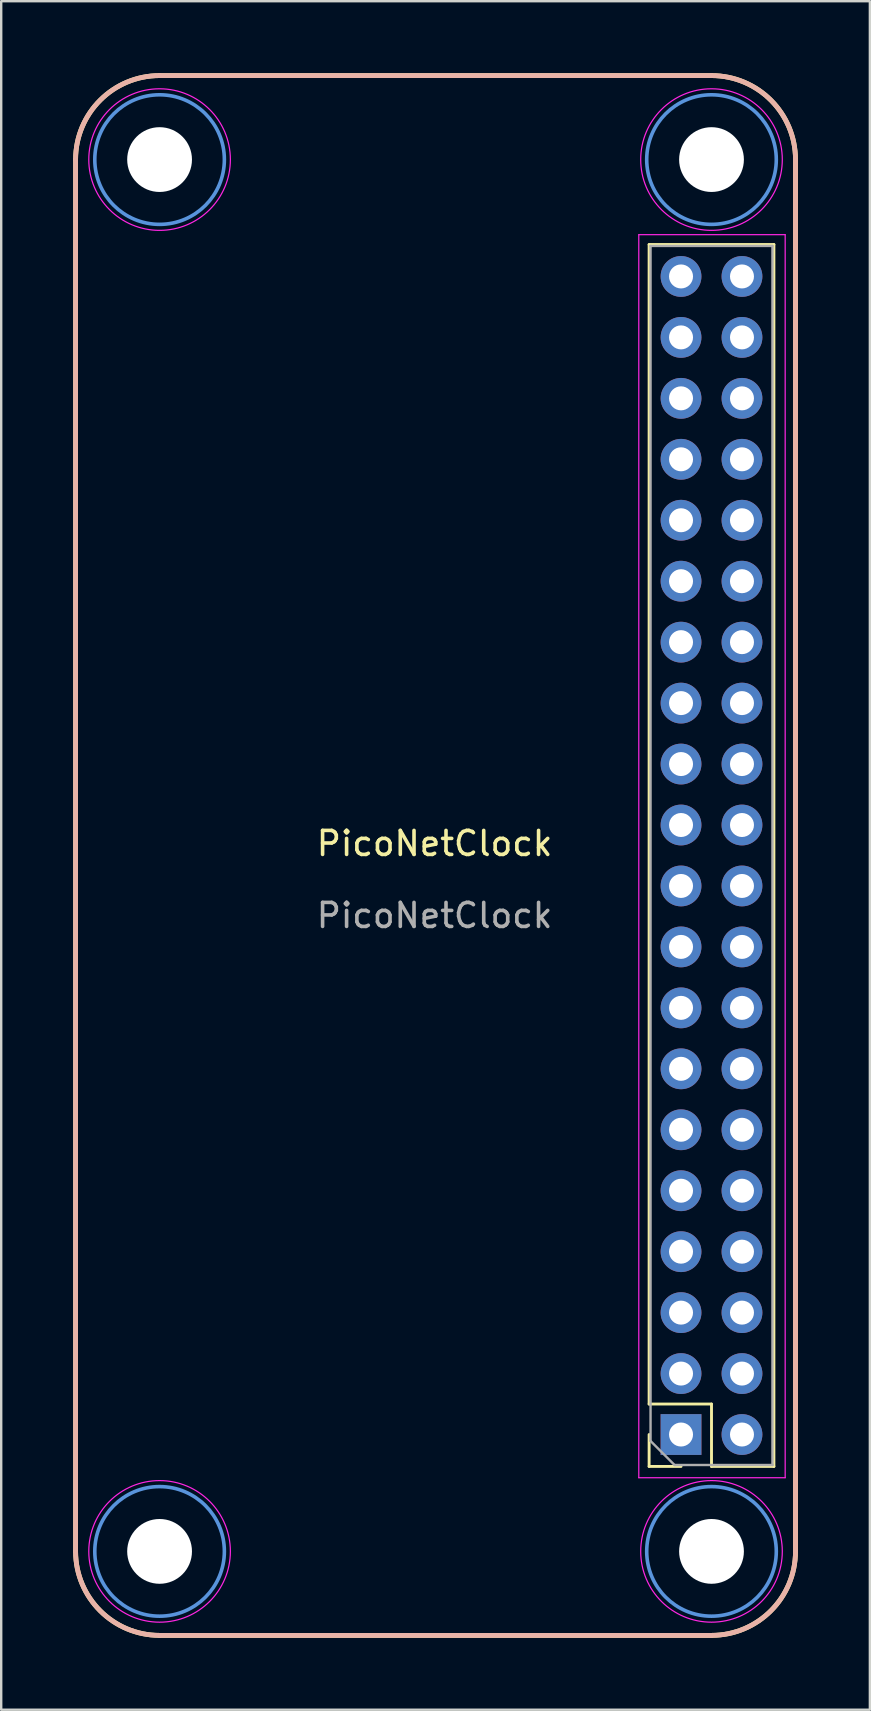
<source format=kicad_pcb>
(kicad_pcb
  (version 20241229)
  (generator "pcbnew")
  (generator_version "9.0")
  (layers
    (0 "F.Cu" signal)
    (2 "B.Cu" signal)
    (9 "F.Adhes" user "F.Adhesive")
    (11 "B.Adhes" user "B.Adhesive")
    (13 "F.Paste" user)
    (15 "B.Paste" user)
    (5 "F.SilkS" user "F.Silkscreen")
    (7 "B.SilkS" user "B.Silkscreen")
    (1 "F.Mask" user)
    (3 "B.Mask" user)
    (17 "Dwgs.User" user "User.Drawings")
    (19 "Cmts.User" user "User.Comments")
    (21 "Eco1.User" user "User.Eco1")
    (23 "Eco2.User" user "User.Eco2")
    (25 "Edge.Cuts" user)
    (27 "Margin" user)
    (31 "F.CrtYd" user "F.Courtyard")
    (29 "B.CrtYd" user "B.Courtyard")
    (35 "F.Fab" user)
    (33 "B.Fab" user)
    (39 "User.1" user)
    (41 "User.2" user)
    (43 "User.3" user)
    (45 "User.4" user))
  (footprint "PicoNetClock"
    (layer "F.Cu")
    (at 15.1 32.6)
    (property "Reference" "PicoNetClock" (at -0.04 -0.5 0) (unlocked yes) (layer "F.SilkS") (effects (font (size 1 1) (thickness 0.15))))
    (attr through_hole)
    (fp_line (start -15 29) (end -15 -29) (stroke (width 0.2) (type solid)) (layer "F.SilkS"))
    (fp_line (start -11.5 -32.5) (end 11.5 -32.5) (stroke (width 0.2) (type solid)) (layer "F.SilkS"))
    (fp_line (start 8.9 22.86) (end 8.9 -25.46) (stroke (width 0.12) (type solid)) (layer "F.SilkS"))
    (fp_line (start 8.9 25.46) (end 8.9 24.13) (stroke (width 0.12) (type solid)) (layer "F.SilkS"))
    (fp_line (start 10.23 25.46) (end 8.9 25.46) (stroke (width 0.12) (type solid)) (layer "F.SilkS"))
    (fp_line (start 11.5 22.86) (end 8.9 22.86) (stroke (width 0.12) (type solid)) (layer "F.SilkS"))
    (fp_line (start 11.5 25.46) (end 11.5 22.86) (stroke (width 0.12) (type solid)) (layer "F.SilkS"))
    (fp_line (start 11.5 32.5) (end -11.5 32.5) (stroke (width 0.2) (type solid)) (layer "F.SilkS"))
    (fp_line (start 14.1 -25.46) (end 8.9 -25.46) (stroke (width 0.12) (type solid)) (layer "F.SilkS"))
    (fp_line (start 14.1 25.46) (end 11.5 25.46) (stroke (width 0.12) (type solid)) (layer "F.SilkS"))
    (fp_line (start 14.1 25.46) (end 14.1 -25.46) (stroke (width 0.12) (type solid)) (layer "F.SilkS"))
    (fp_line (start 15 -29) (end 15 29) (stroke (width 0.2) (type solid)) (layer "F.SilkS"))
    (fp_arc (start -15 -29) (mid -13.974874 -31.474874) (end -11.5 -32.5) (stroke (width 0.2) (type solid)) (layer "F.SilkS"))
    (fp_arc (start -11.5 32.5) (mid -13.974874 31.474874) (end -15 29) (stroke (width 0.2) (type solid)) (layer "F.SilkS"))
    (fp_arc (start 11.5 -32.5) (mid 13.974874 -31.474874) (end 15 -29) (stroke (width 0.2) (type solid)) (layer "F.SilkS"))
    (fp_arc (start 15 29) (mid 13.974874 31.474874) (end 11.5 32.5) (stroke (width 0.2) (type solid)) (layer "F.SilkS"))
    (fp_line (start -15 29) (end -15 -29) (stroke (width 0.2) (type solid)) (layer "B.SilkS"))
    (fp_line (start -11.5 -32.5) (end 11.5 -32.5) (stroke (width 0.2) (type solid)) (layer "B.SilkS"))
    (fp_line (start 11.5 32.5) (end -11.5 32.5) (stroke (width 0.2) (type solid)) (layer "B.SilkS"))
    (fp_line (start 15 -29) (end 15 29) (stroke (width 0.2) (type solid)) (layer "B.SilkS"))
    (fp_arc (start -15 -29) (mid -13.974874 -31.474874) (end -11.5 -32.5) (stroke (width 0.2) (type solid)) (layer "B.SilkS"))
    (fp_arc (start -11.5 32.5) (mid -13.974874 31.474874) (end -15 29) (stroke (width 0.2) (type solid)) (layer "B.SilkS"))
    (fp_arc (start 11.5 -32.5) (mid 13.974874 -31.474874) (end 15 -29) (stroke (width 0.2) (type solid)) (layer "B.SilkS"))
    (fp_arc (start 15 29) (mid 13.974874 31.474874) (end 11.5 32.5) (stroke (width 0.2) (type solid)) (layer "B.SilkS"))
    (fp_circle (center -11.5 -29) (end -11.5 -26.3) (stroke (width 0.15) (type solid)) (fill no) (layer "Cmts.User"))
    (fp_circle (center -11.5 29) (end -11.5 31.7) (stroke (width 0.15) (type solid)) (fill no) (layer "Cmts.User"))
    (fp_circle (center 11.5 -29) (end 11.5 -26.3) (stroke (width 0.15) (type solid)) (fill no) (layer "Cmts.User"))
    (fp_circle (center 11.5 29) (end 11.5 31.7) (stroke (width 0.15) (type solid)) (fill no) (layer "Cmts.User"))
    (fp_line (start 8.47 -25.87) (end 14.57 -25.87) (stroke (width 0.05) (type solid)) (layer "F.CrtYd"))
    (fp_line (start 8.47 25.93) (end 8.47 -25.87) (stroke (width 0.05) (type solid)) (layer "F.CrtYd"))
    (fp_line (start 14.57 -25.87) (end 14.57 25.93) (stroke (width 0.05) (type solid)) (layer "F.CrtYd"))
    (fp_line (start 14.57 25.93) (end 8.47 25.93) (stroke (width 0.05) (type solid)) (layer "F.CrtYd"))
    (fp_circle (center -11.5 -29) (end -11.5 -26.05) (stroke (width 0.05) (type solid)) (fill no) (layer "F.CrtYd"))
    (fp_circle (center -11.5 29) (end -11.5 31.95) (stroke (width 0.05) (type solid)) (fill no) (layer "F.CrtYd"))
    (fp_circle (center 11.5 -29) (end 11.5 -26.05) (stroke (width 0.05) (type solid)) (fill no) (layer "F.CrtYd"))
    (fp_circle (center 11.5 29) (end 11.5 31.95) (stroke (width 0.05) (type solid)) (fill no) (layer "F.CrtYd"))
    (fp_line (start 8.96 -25.4) (end 14.04 -25.4) (stroke (width 0.1) (type solid)) (layer "F.Fab"))
    (fp_line (start 8.96 24.4) (end 8.96 -25.4) (stroke (width 0.1) (type solid)) (layer "F.Fab"))
    (fp_line (start 9.96 25.4) (end 8.96 24.4) (stroke (width 0.1) (type solid)) (layer "F.Fab"))
    (fp_line (start 14.04 -25.4) (end 14.04 25.4) (stroke (width 0.1) (type solid)) (layer "F.Fab"))
    (fp_line (start 14.04 25.4) (end 9.96 25.4) (stroke (width 0.1) (type solid)) (layer "F.Fab"))
    (fp_text user "${REFERENCE}" (at -0.04 2.5 0) (unlocked yes) (layer "F.Fab") (effects (font (size 1 1) (thickness 0.15))))
    (pad "" np_thru_hole circle (at -11.5 -29 270) (size 2.7 2.7) (drill 2.7) (layers "*.Cu" "*.Mask"))
    (pad "" np_thru_hole circle (at -11.5 29 270) (size 2.7 2.7) (drill 2.7) (layers "*.Cu" "*.Mask"))
    (pad "" np_thru_hole circle (at 11.5 -29 270) (size 2.7 2.7) (drill 2.7) (layers "*.Cu" "*.Mask"))
    (pad "" np_thru_hole circle (at 11.5 29 270) (size 2.7 2.7) (drill 2.7) (layers "*.Cu" "*.Mask"))
    (pad "1" thru_hole rect (at 10.23 24.13 180) (size 1.7 1.7) (drill 1) (layers "*.Cu" "*.Mask"))
    (pad "2" thru_hole oval (at 12.77 24.13 180) (size 1.7 1.7) (drill 1) (layers "*.Cu" "*.Mask"))
    (pad "3" thru_hole oval (at 10.23 21.59 180) (size 1.7 1.7) (drill 1) (layers "*.Cu" "*.Mask"))
    (pad "4" thru_hole oval (at 12.77 21.59 180) (size 1.7 1.7) (drill 1) (layers "*.Cu" "*.Mask"))
    (pad "5" thru_hole oval (at 10.23 19.05 180) (size 1.7 1.7) (drill 1) (layers "*.Cu" "*.Mask"))
    (pad "6" thru_hole oval (at 12.77 19.05 180) (size 1.7 1.7) (drill 1) (layers "*.Cu" "*.Mask"))
    (pad "7" thru_hole oval (at 10.23 16.51 180) (size 1.7 1.7) (drill 1) (layers "*.Cu" "*.Mask"))
    (pad "8" thru_hole oval (at 12.77 16.51 180) (size 1.7 1.7) (drill 1) (layers "*.Cu" "*.Mask"))
    (pad "9" thru_hole oval (at 10.23 13.97 180) (size 1.7 1.7) (drill 1) (layers "*.Cu" "*.Mask"))
    (pad "10" thru_hole oval (at 12.77 13.97 180) (size 1.7 1.7) (drill 1) (layers "*.Cu" "*.Mask"))
    (pad "11" thru_hole oval (at 10.23 11.43 180) (size 1.7 1.7) (drill 1) (layers "*.Cu" "*.Mask"))
    (pad "12" thru_hole oval (at 12.77 11.43 180) (size 1.7 1.7) (drill 1) (layers "*.Cu" "*.Mask"))
    (pad "13" thru_hole oval (at 10.23 8.89 180) (size 1.7 1.7) (drill 1) (layers "*.Cu" "*.Mask"))
    (pad "14" thru_hole oval (at 12.77 8.89 180) (size 1.7 1.7) (drill 1) (layers "*.Cu" "*.Mask"))
    (pad "15" thru_hole oval (at 10.23 6.35 180) (size 1.7 1.7) (drill 1) (layers "*.Cu" "*.Mask"))
    (pad "16" thru_hole oval (at 12.77 6.35 180) (size 1.7 1.7) (drill 1) (layers "*.Cu" "*.Mask"))
    (pad "17" thru_hole oval (at 10.23 3.81 180) (size 1.7 1.7) (drill 1) (layers "*.Cu" "*.Mask"))
    (pad "18" thru_hole oval (at 12.77 3.81 180) (size 1.7 1.7) (drill 1) (layers "*.Cu" "*.Mask"))
    (pad "19" thru_hole oval (at 10.23 1.27 180) (size 1.7 1.7) (drill 1) (layers "*.Cu" "*.Mask"))
    (pad "20" thru_hole oval (at 12.77 1.27 180) (size 1.7 1.7) (drill 1) (layers "*.Cu" "*.Mask"))
    (pad "21" thru_hole oval (at 10.23 -1.27 180) (size 1.7 1.7) (drill 1) (layers "*.Cu" "*.Mask"))
    (pad "22" thru_hole oval (at 12.77 -1.27 180) (size 1.7 1.7) (drill 1) (layers "*.Cu" "*.Mask"))
    (pad "23" thru_hole oval (at 10.23 -3.81 180) (size 1.7 1.7) (drill 1) (layers "*.Cu" "*.Mask"))
    (pad "24" thru_hole oval (at 12.77 -3.81 180) (size 1.7 1.7) (drill 1) (layers "*.Cu" "*.Mask"))
    (pad "25" thru_hole oval (at 10.23 -6.35 180) (size 1.7 1.7) (drill 1) (layers "*.Cu" "*.Mask"))
    (pad "26" thru_hole oval (at 12.77 -6.35 180) (size 1.7 1.7) (drill 1) (layers "*.Cu" "*.Mask"))
    (pad "27" thru_hole oval (at 10.23 -8.89 180) (size 1.7 1.7) (drill 1) (layers "*.Cu" "*.Mask"))
    (pad "28" thru_hole oval (at 12.77 -8.89 180) (size 1.7 1.7) (drill 1) (layers "*.Cu" "*.Mask"))
    (pad "29" thru_hole oval (at 10.23 -11.43 180) (size 1.7 1.7) (drill 1) (layers "*.Cu" "*.Mask"))
    (pad "30" thru_hole oval (at 12.77 -11.43 180) (size 1.7 1.7) (drill 1) (layers "*.Cu" "*.Mask"))
    (pad "31" thru_hole oval (at 10.23 -13.97 180) (size 1.7 1.7) (drill 1) (layers "*.Cu" "*.Mask"))
    (pad "32" thru_hole oval (at 12.77 -13.97 180) (size 1.7 1.7) (drill 1) (layers "*.Cu" "*.Mask"))
    (pad "33" thru_hole oval (at 10.23 -16.51 180) (size 1.7 1.7) (drill 1) (layers "*.Cu" "*.Mask"))
    (pad "34" thru_hole oval (at 12.77 -16.51 180) (size 1.7 1.7) (drill 1) (layers "*.Cu" "*.Mask"))
    (pad "35" thru_hole oval (at 10.23 -19.05 180) (size 1.7 1.7) (drill 1) (layers "*.Cu" "*.Mask"))
    (pad "36" thru_hole oval (at 12.77 -19.05 180) (size 1.7 1.7) (drill 1) (layers "*.Cu" "*.Mask"))
    (pad "37" thru_hole oval (at 10.23 -21.59 180) (size 1.7 1.7) (drill 1) (layers "*.Cu" "*.Mask"))
    (pad "38" thru_hole oval (at 12.77 -21.59 180) (size 1.7 1.7) (drill 1) (layers "*.Cu" "*.Mask"))
    (pad "39" thru_hole oval (at 10.23 -24.13 180) (size 1.7 1.7) (drill 1) (layers "*.Cu" "*.Mask"))
    (pad "40" thru_hole oval (at 12.77 -24.13 180) (size 1.7 1.7) (drill 1) (layers "*.Cu" "*.Mask")))
  (gr_rect
    (start -3 -3)
    (end 33.2 68.2)
    (stroke (width 0.1) (type default))
    (fill no)
    (layer "Edge.Cuts")))
</source>
